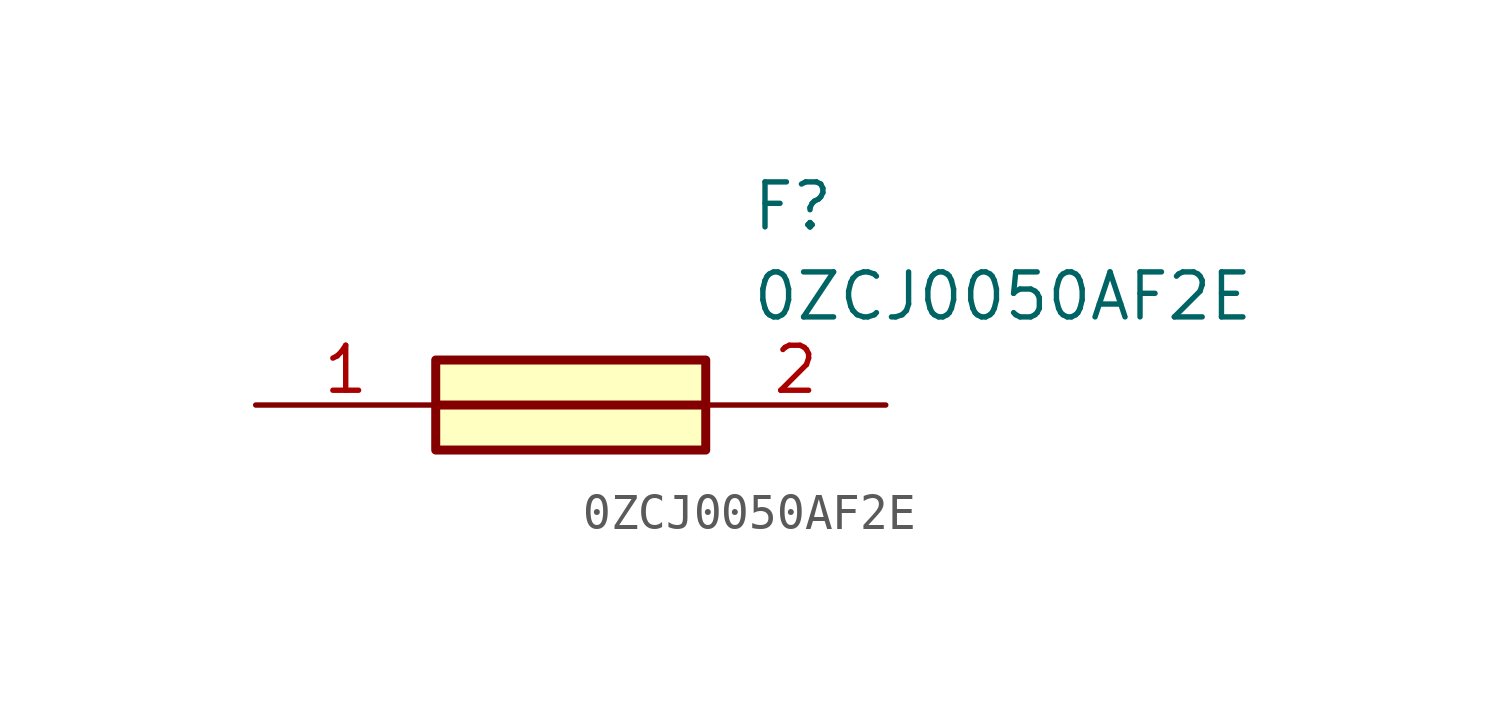
<source format=kicad_sym>
(kicad_symbol_lib
  (version 20211014)
  (generator SamacSys_ECAD_Model)
  (symbol "0ZCJ0050AF2E"
    (pin_names hide)
    (property "Reference" "F"
      (at 13.97 6.35 0)
      (effects (font (size 1.27 1.27)) (justify left top)))
    (property "Value" "0ZCJ0050AF2E"
      (at 13.97 3.81 0)
      (effects (font (size 1.27 1.27)) (justify left top)))
    (rectangle
      (start 5.08 1.27)
      (end 12.7 -1.27)
      (stroke (width 0.254) (type default))
      (fill (type background)))
    (polyline
      (pts (xy 5.08 0) (xy 12.7 0))
      (stroke (width 0.254) (type default))
      (fill (type none)))
    (pin passive line
      (at 0 0 0)
      (length 5.08)
      (name "1" (effects (font (size 1.27 1.27))))
      (number "1" (effects (font (size 1.27 1.27)))))
    (pin passive line
      (at 17.78 0 180)
      (length 5.08)
      (name "2" (effects (font (size 1.27 1.27))))
      (number "2" (effects (font (size 1.27 1.27)))))))
</source>
